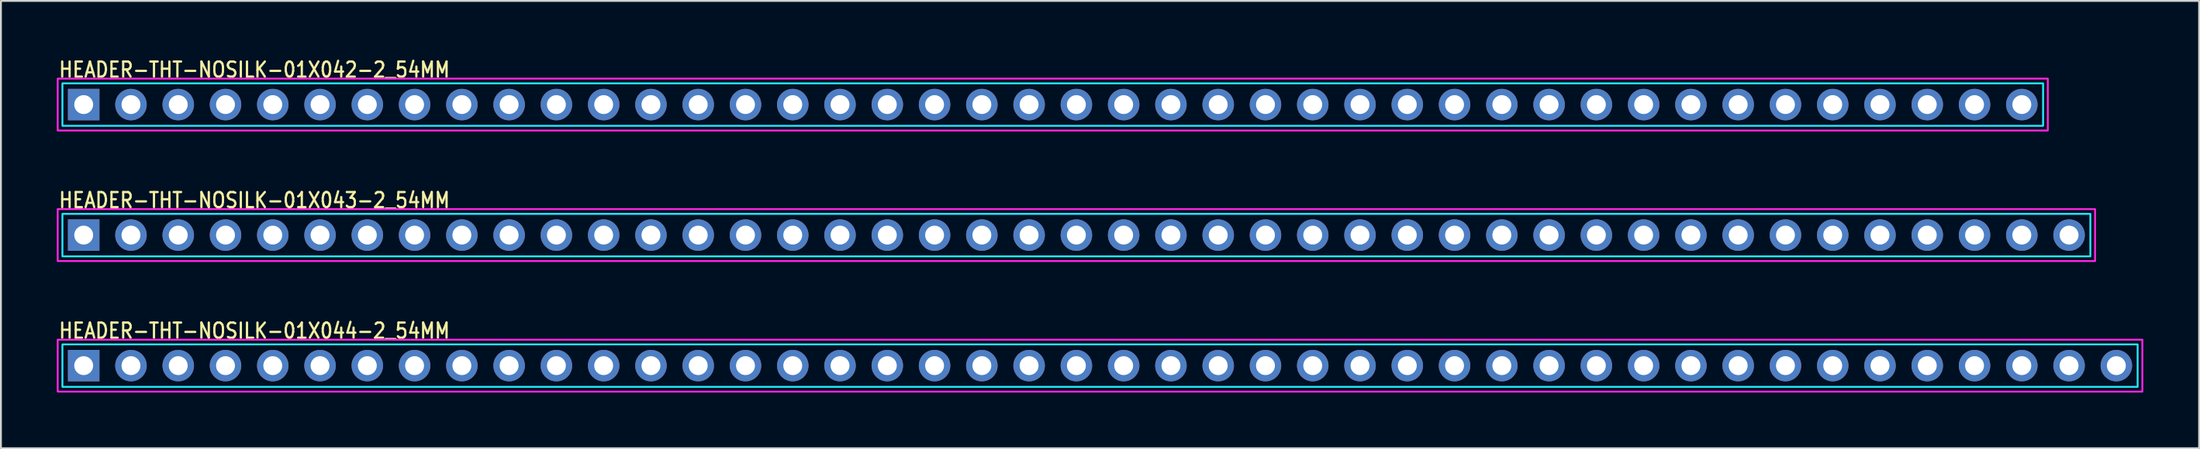
<source format=kicad_pcb>
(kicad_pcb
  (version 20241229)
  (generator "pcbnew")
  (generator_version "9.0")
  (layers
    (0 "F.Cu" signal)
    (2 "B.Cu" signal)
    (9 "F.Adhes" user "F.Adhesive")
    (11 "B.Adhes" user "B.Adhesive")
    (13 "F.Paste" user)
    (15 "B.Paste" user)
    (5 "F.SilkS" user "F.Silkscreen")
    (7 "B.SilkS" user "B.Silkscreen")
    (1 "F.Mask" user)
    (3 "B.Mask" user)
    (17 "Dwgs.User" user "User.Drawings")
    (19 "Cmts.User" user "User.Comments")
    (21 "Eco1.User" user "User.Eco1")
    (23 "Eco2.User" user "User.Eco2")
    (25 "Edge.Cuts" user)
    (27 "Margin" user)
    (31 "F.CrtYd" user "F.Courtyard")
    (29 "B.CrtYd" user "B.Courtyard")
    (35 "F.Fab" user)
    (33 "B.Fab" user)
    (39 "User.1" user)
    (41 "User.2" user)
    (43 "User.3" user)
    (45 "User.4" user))
  (footprint "HEADER-THT-NOSILK-01X042-2_54MM"
    (layer "F.Cu")
    (at 1.447 2.579)
    (property "Reference" "HEADER-THT-NOSILK-01X042-2_54MM" (at -1.4 -1.4 0) (unlocked yes) (layer "F.SilkS") (effects (font (size 0.813 0.695) (thickness 0.122)) (justify left bottom)))
    (fp_poly (pts (xy -1.143 -1.143) (xy 105.283 -1.143) (xy 105.283 1.143) (xy -1.143 1.143)) (stroke (width 0.1) (type solid)) (fill no) (layer "B.CrtYd"))
    (fp_poly (pts (xy -1.397 -1.397) (xy 105.537 -1.397) (xy 105.537 1.397) (xy -1.397 1.397)) (stroke (width 0.1) (type solid)) (fill no) (layer "F.CrtYd"))
    (pad "1" thru_hole rect (at 0 0) (size 1.693 1.693) (drill 1.016) (layers "*.Cu" "*.Mask"))
    (pad "2" thru_hole oval (at 2.54 0) (size 1.693 1.693) (drill 1.016) (layers "*.Cu" "*.Mask"))
    (pad "3" thru_hole oval (at 5.08 0) (size 1.693 1.693) (drill 1.016) (layers "*.Cu" "*.Mask"))
    (pad "4" thru_hole oval (at 7.62 0) (size 1.693 1.693) (drill 1.016) (layers "*.Cu" "*.Mask"))
    (pad "5" thru_hole oval (at 10.16 0) (size 1.693 1.693) (drill 1.016) (layers "*.Cu" "*.Mask"))
    (pad "6" thru_hole oval (at 12.7 0) (size 1.693 1.693) (drill 1.016) (layers "*.Cu" "*.Mask"))
    (pad "7" thru_hole oval (at 15.24 0) (size 1.693 1.693) (drill 1.016) (layers "*.Cu" "*.Mask"))
    (pad "8" thru_hole oval (at 17.78 0) (size 1.693 1.693) (drill 1.016) (layers "*.Cu" "*.Mask"))
    (pad "9" thru_hole oval (at 20.32 0) (size 1.693 1.693) (drill 1.016) (layers "*.Cu" "*.Mask"))
    (pad "10" thru_hole oval (at 22.86 0) (size 1.693 1.693) (drill 1.016) (layers "*.Cu" "*.Mask"))
    (pad "11" thru_hole oval (at 25.4 0) (size 1.693 1.693) (drill 1.016) (layers "*.Cu" "*.Mask"))
    (pad "12" thru_hole oval (at 27.94 0) (size 1.693 1.693) (drill 1.016) (layers "*.Cu" "*.Mask"))
    (pad "13" thru_hole oval (at 30.48 0) (size 1.693 1.693) (drill 1.016) (layers "*.Cu" "*.Mask"))
    (pad "14" thru_hole oval (at 33.02 0) (size 1.693 1.693) (drill 1.016) (layers "*.Cu" "*.Mask"))
    (pad "15" thru_hole oval (at 35.56 0) (size 1.693 1.693) (drill 1.016) (layers "*.Cu" "*.Mask"))
    (pad "16" thru_hole oval (at 38.1 0) (size 1.693 1.693) (drill 1.016) (layers "*.Cu" "*.Mask"))
    (pad "17" thru_hole oval (at 40.64 0) (size 1.693 1.693) (drill 1.016) (layers "*.Cu" "*.Mask"))
    (pad "18" thru_hole oval (at 43.18 0) (size 1.693 1.693) (drill 1.016) (layers "*.Cu" "*.Mask"))
    (pad "19" thru_hole oval (at 45.72 0) (size 1.693 1.693) (drill 1.016) (layers "*.Cu" "*.Mask"))
    (pad "20" thru_hole oval (at 48.26 0) (size 1.693 1.693) (drill 1.016) (layers "*.Cu" "*.Mask"))
    (pad "21" thru_hole oval (at 50.8 0) (size 1.693 1.693) (drill 1.016) (layers "*.Cu" "*.Mask"))
    (pad "22" thru_hole oval (at 53.34 0) (size 1.693 1.693) (drill 1.016) (layers "*.Cu" "*.Mask"))
    (pad "23" thru_hole oval (at 55.88 0) (size 1.693 1.693) (drill 1.016) (layers "*.Cu" "*.Mask"))
    (pad "24" thru_hole oval (at 58.42 0) (size 1.693 1.693) (drill 1.016) (layers "*.Cu" "*.Mask"))
    (pad "25" thru_hole oval (at 60.96 0) (size 1.693 1.693) (drill 1.016) (layers "*.Cu" "*.Mask"))
    (pad "26" thru_hole oval (at 63.5 0) (size 1.693 1.693) (drill 1.016) (layers "*.Cu" "*.Mask"))
    (pad "27" thru_hole oval (at 66.04 0) (size 1.693 1.693) (drill 1.016) (layers "*.Cu" "*.Mask"))
    (pad "28" thru_hole oval (at 68.58 0) (size 1.693 1.693) (drill 1.016) (layers "*.Cu" "*.Mask"))
    (pad "29" thru_hole oval (at 71.12 0) (size 1.693 1.693) (drill 1.016) (layers "*.Cu" "*.Mask"))
    (pad "30" thru_hole oval (at 73.66 0) (size 1.693 1.693) (drill 1.016) (layers "*.Cu" "*.Mask"))
    (pad "31" thru_hole oval (at 76.2 0) (size 1.693 1.693) (drill 1.016) (layers "*.Cu" "*.Mask"))
    (pad "32" thru_hole oval (at 78.74 0) (size 1.693 1.693) (drill 1.016) (layers "*.Cu" "*.Mask"))
    (pad "33" thru_hole oval (at 81.28 0) (size 1.693 1.693) (drill 1.016) (layers "*.Cu" "*.Mask"))
    (pad "34" thru_hole oval (at 83.82 0) (size 1.693 1.693) (drill 1.016) (layers "*.Cu" "*.Mask"))
    (pad "35" thru_hole oval (at 86.36 0) (size 1.693 1.693) (drill 1.016) (layers "*.Cu" "*.Mask"))
    (pad "36" thru_hole oval (at 88.9 0) (size 1.693 1.693) (drill 1.016) (layers "*.Cu" "*.Mask"))
    (pad "37" thru_hole oval (at 91.44 0) (size 1.693 1.693) (drill 1.016) (layers "*.Cu" "*.Mask"))
    (pad "38" thru_hole oval (at 93.98 0) (size 1.693 1.693) (drill 1.016) (layers "*.Cu" "*.Mask"))
    (pad "39" thru_hole oval (at 96.52 0) (size 1.693 1.693) (drill 1.016) (layers "*.Cu" "*.Mask"))
    (pad "40" thru_hole oval (at 99.06 0) (size 1.693 1.693) (drill 1.016) (layers "*.Cu" "*.Mask"))
    (pad "41" thru_hole oval (at 101.6 0) (size 1.693 1.693) (drill 1.016) (layers "*.Cu" "*.Mask"))
    (pad "42" thru_hole oval (at 104.14 0) (size 1.693 1.693) (drill 1.016) (layers "*.Cu" "*.Mask")))
  (footprint "HEADER-THT-NOSILK-01X043-2_54MM"
    (layer "F.Cu")
    (at 1.447 9.604)
    (property "Reference" "HEADER-THT-NOSILK-01X043-2_54MM" (at -1.4 -1.4 0) (unlocked yes) (layer "F.SilkS") (effects (font (size 0.813 0.695) (thickness 0.122)) (justify left bottom)))
    (fp_poly (pts (xy -1.143 -1.143) (xy 107.823 -1.143) (xy 107.823 1.143) (xy -1.143 1.143)) (stroke (width 0.1) (type solid)) (fill no) (layer "B.CrtYd"))
    (fp_poly (pts (xy -1.397 -1.397) (xy 108.077 -1.397) (xy 108.077 1.397) (xy -1.397 1.397)) (stroke (width 0.1) (type solid)) (fill no) (layer "F.CrtYd"))
    (pad "1" thru_hole rect (at 0 0) (size 1.693 1.693) (drill 1.016) (layers "*.Cu" "*.Mask"))
    (pad "2" thru_hole oval (at 2.54 0) (size 1.693 1.693) (drill 1.016) (layers "*.Cu" "*.Mask"))
    (pad "3" thru_hole oval (at 5.08 0) (size 1.693 1.693) (drill 1.016) (layers "*.Cu" "*.Mask"))
    (pad "4" thru_hole oval (at 7.62 0) (size 1.693 1.693) (drill 1.016) (layers "*.Cu" "*.Mask"))
    (pad "5" thru_hole oval (at 10.16 0) (size 1.693 1.693) (drill 1.016) (layers "*.Cu" "*.Mask"))
    (pad "6" thru_hole oval (at 12.7 0) (size 1.693 1.693) (drill 1.016) (layers "*.Cu" "*.Mask"))
    (pad "7" thru_hole oval (at 15.24 0) (size 1.693 1.693) (drill 1.016) (layers "*.Cu" "*.Mask"))
    (pad "8" thru_hole oval (at 17.78 0) (size 1.693 1.693) (drill 1.016) (layers "*.Cu" "*.Mask"))
    (pad "9" thru_hole oval (at 20.32 0) (size 1.693 1.693) (drill 1.016) (layers "*.Cu" "*.Mask"))
    (pad "10" thru_hole oval (at 22.86 0) (size 1.693 1.693) (drill 1.016) (layers "*.Cu" "*.Mask"))
    (pad "11" thru_hole oval (at 25.4 0) (size 1.693 1.693) (drill 1.016) (layers "*.Cu" "*.Mask"))
    (pad "12" thru_hole oval (at 27.94 0) (size 1.693 1.693) (drill 1.016) (layers "*.Cu" "*.Mask"))
    (pad "13" thru_hole oval (at 30.48 0) (size 1.693 1.693) (drill 1.016) (layers "*.Cu" "*.Mask"))
    (pad "14" thru_hole oval (at 33.02 0) (size 1.693 1.693) (drill 1.016) (layers "*.Cu" "*.Mask"))
    (pad "15" thru_hole oval (at 35.56 0) (size 1.693 1.693) (drill 1.016) (layers "*.Cu" "*.Mask"))
    (pad "16" thru_hole oval (at 38.1 0) (size 1.693 1.693) (drill 1.016) (layers "*.Cu" "*.Mask"))
    (pad "17" thru_hole oval (at 40.64 0) (size 1.693 1.693) (drill 1.016) (layers "*.Cu" "*.Mask"))
    (pad "18" thru_hole oval (at 43.18 0) (size 1.693 1.693) (drill 1.016) (layers "*.Cu" "*.Mask"))
    (pad "19" thru_hole oval (at 45.72 0) (size 1.693 1.693) (drill 1.016) (layers "*.Cu" "*.Mask"))
    (pad "20" thru_hole oval (at 48.26 0) (size 1.693 1.693) (drill 1.016) (layers "*.Cu" "*.Mask"))
    (pad "21" thru_hole oval (at 50.8 0) (size 1.693 1.693) (drill 1.016) (layers "*.Cu" "*.Mask"))
    (pad "22" thru_hole oval (at 53.34 0) (size 1.693 1.693) (drill 1.016) (layers "*.Cu" "*.Mask"))
    (pad "23" thru_hole oval (at 55.88 0) (size 1.693 1.693) (drill 1.016) (layers "*.Cu" "*.Mask"))
    (pad "24" thru_hole oval (at 58.42 0) (size 1.693 1.693) (drill 1.016) (layers "*.Cu" "*.Mask"))
    (pad "25" thru_hole oval (at 60.96 0) (size 1.693 1.693) (drill 1.016) (layers "*.Cu" "*.Mask"))
    (pad "26" thru_hole oval (at 63.5 0) (size 1.693 1.693) (drill 1.016) (layers "*.Cu" "*.Mask"))
    (pad "27" thru_hole oval (at 66.04 0) (size 1.693 1.693) (drill 1.016) (layers "*.Cu" "*.Mask"))
    (pad "28" thru_hole oval (at 68.58 0) (size 1.693 1.693) (drill 1.016) (layers "*.Cu" "*.Mask"))
    (pad "29" thru_hole oval (at 71.12 0) (size 1.693 1.693) (drill 1.016) (layers "*.Cu" "*.Mask"))
    (pad "30" thru_hole oval (at 73.66 0) (size 1.693 1.693) (drill 1.016) (layers "*.Cu" "*.Mask"))
    (pad "31" thru_hole oval (at 76.2 0) (size 1.693 1.693) (drill 1.016) (layers "*.Cu" "*.Mask"))
    (pad "32" thru_hole oval (at 78.74 0) (size 1.693 1.693) (drill 1.016) (layers "*.Cu" "*.Mask"))
    (pad "33" thru_hole oval (at 81.28 0) (size 1.693 1.693) (drill 1.016) (layers "*.Cu" "*.Mask"))
    (pad "34" thru_hole oval (at 83.82 0) (size 1.693 1.693) (drill 1.016) (layers "*.Cu" "*.Mask"))
    (pad "35" thru_hole oval (at 86.36 0) (size 1.693 1.693) (drill 1.016) (layers "*.Cu" "*.Mask"))
    (pad "36" thru_hole oval (at 88.9 0) (size 1.693 1.693) (drill 1.016) (layers "*.Cu" "*.Mask"))
    (pad "37" thru_hole oval (at 91.44 0) (size 1.693 1.693) (drill 1.016) (layers "*.Cu" "*.Mask"))
    (pad "38" thru_hole oval (at 93.98 0) (size 1.693 1.693) (drill 1.016) (layers "*.Cu" "*.Mask"))
    (pad "39" thru_hole oval (at 96.52 0) (size 1.693 1.693) (drill 1.016) (layers "*.Cu" "*.Mask"))
    (pad "40" thru_hole oval (at 99.06 0) (size 1.693 1.693) (drill 1.016) (layers "*.Cu" "*.Mask"))
    (pad "41" thru_hole oval (at 101.6 0) (size 1.693 1.693) (drill 1.016) (layers "*.Cu" "*.Mask"))
    (pad "42" thru_hole oval (at 104.14 0) (size 1.693 1.693) (drill 1.016) (layers "*.Cu" "*.Mask"))
    (pad "43" thru_hole oval (at 106.68 0) (size 1.693 1.693) (drill 1.016) (layers "*.Cu" "*.Mask")))
  (footprint "HEADER-THT-NOSILK-01X044-2_54MM"
    (layer "F.Cu")
    (at 1.447 16.63)
    (property "Reference" "HEADER-THT-NOSILK-01X044-2_54MM" (at -1.4 -1.4 0) (unlocked yes) (layer "F.SilkS") (effects (font (size 0.813 0.695) (thickness 0.122)) (justify left bottom)))
    (fp_poly (pts (xy -1.143 -1.143) (xy 110.363 -1.143) (xy 110.363 1.143) (xy -1.143 1.143)) (stroke (width 0.1) (type solid)) (fill no) (layer "B.CrtYd"))
    (fp_poly (pts (xy -1.397 -1.397) (xy 110.617 -1.397) (xy 110.617 1.397) (xy -1.397 1.397)) (stroke (width 0.1) (type solid)) (fill no) (layer "F.CrtYd"))
    (pad "1" thru_hole rect (at 0 0) (size 1.693 1.693) (drill 1.016) (layers "*.Cu" "*.Mask"))
    (pad "2" thru_hole oval (at 2.54 0) (size 1.693 1.693) (drill 1.016) (layers "*.Cu" "*.Mask"))
    (pad "3" thru_hole oval (at 5.08 0) (size 1.693 1.693) (drill 1.016) (layers "*.Cu" "*.Mask"))
    (pad "4" thru_hole oval (at 7.62 0) (size 1.693 1.693) (drill 1.016) (layers "*.Cu" "*.Mask"))
    (pad "5" thru_hole oval (at 10.16 0) (size 1.693 1.693) (drill 1.016) (layers "*.Cu" "*.Mask"))
    (pad "6" thru_hole oval (at 12.7 0) (size 1.693 1.693) (drill 1.016) (layers "*.Cu" "*.Mask"))
    (pad "7" thru_hole oval (at 15.24 0) (size 1.693 1.693) (drill 1.016) (layers "*.Cu" "*.Mask"))
    (pad "8" thru_hole oval (at 17.78 0) (size 1.693 1.693) (drill 1.016) (layers "*.Cu" "*.Mask"))
    (pad "9" thru_hole oval (at 20.32 0) (size 1.693 1.693) (drill 1.016) (layers "*.Cu" "*.Mask"))
    (pad "10" thru_hole oval (at 22.86 0) (size 1.693 1.693) (drill 1.016) (layers "*.Cu" "*.Mask"))
    (pad "11" thru_hole oval (at 25.4 0) (size 1.693 1.693) (drill 1.016) (layers "*.Cu" "*.Mask"))
    (pad "12" thru_hole oval (at 27.94 0) (size 1.693 1.693) (drill 1.016) (layers "*.Cu" "*.Mask"))
    (pad "13" thru_hole oval (at 30.48 0) (size 1.693 1.693) (drill 1.016) (layers "*.Cu" "*.Mask"))
    (pad "14" thru_hole oval (at 33.02 0) (size 1.693 1.693) (drill 1.016) (layers "*.Cu" "*.Mask"))
    (pad "15" thru_hole oval (at 35.56 0) (size 1.693 1.693) (drill 1.016) (layers "*.Cu" "*.Mask"))
    (pad "16" thru_hole oval (at 38.1 0) (size 1.693 1.693) (drill 1.016) (layers "*.Cu" "*.Mask"))
    (pad "17" thru_hole oval (at 40.64 0) (size 1.693 1.693) (drill 1.016) (layers "*.Cu" "*.Mask"))
    (pad "18" thru_hole oval (at 43.18 0) (size 1.693 1.693) (drill 1.016) (layers "*.Cu" "*.Mask"))
    (pad "19" thru_hole oval (at 45.72 0) (size 1.693 1.693) (drill 1.016) (layers "*.Cu" "*.Mask"))
    (pad "20" thru_hole oval (at 48.26 0) (size 1.693 1.693) (drill 1.016) (layers "*.Cu" "*.Mask"))
    (pad "21" thru_hole oval (at 50.8 0) (size 1.693 1.693) (drill 1.016) (layers "*.Cu" "*.Mask"))
    (pad "22" thru_hole oval (at 53.34 0) (size 1.693 1.693) (drill 1.016) (layers "*.Cu" "*.Mask"))
    (pad "23" thru_hole oval (at 55.88 0) (size 1.693 1.693) (drill 1.016) (layers "*.Cu" "*.Mask"))
    (pad "24" thru_hole oval (at 58.42 0) (size 1.693 1.693) (drill 1.016) (layers "*.Cu" "*.Mask"))
    (pad "25" thru_hole oval (at 60.96 0) (size 1.693 1.693) (drill 1.016) (layers "*.Cu" "*.Mask"))
    (pad "26" thru_hole oval (at 63.5 0) (size 1.693 1.693) (drill 1.016) (layers "*.Cu" "*.Mask"))
    (pad "27" thru_hole oval (at 66.04 0) (size 1.693 1.693) (drill 1.016) (layers "*.Cu" "*.Mask"))
    (pad "28" thru_hole oval (at 68.58 0) (size 1.693 1.693) (drill 1.016) (layers "*.Cu" "*.Mask"))
    (pad "29" thru_hole oval (at 71.12 0) (size 1.693 1.693) (drill 1.016) (layers "*.Cu" "*.Mask"))
    (pad "30" thru_hole oval (at 73.66 0) (size 1.693 1.693) (drill 1.016) (layers "*.Cu" "*.Mask"))
    (pad "31" thru_hole oval (at 76.2 0) (size 1.693 1.693) (drill 1.016) (layers "*.Cu" "*.Mask"))
    (pad "32" thru_hole oval (at 78.74 0) (size 1.693 1.693) (drill 1.016) (layers "*.Cu" "*.Mask"))
    (pad "33" thru_hole oval (at 81.28 0) (size 1.693 1.693) (drill 1.016) (layers "*.Cu" "*.Mask"))
    (pad "34" thru_hole oval (at 83.82 0) (size 1.693 1.693) (drill 1.016) (layers "*.Cu" "*.Mask"))
    (pad "35" thru_hole oval (at 86.36 0) (size 1.693 1.693) (drill 1.016) (layers "*.Cu" "*.Mask"))
    (pad "36" thru_hole oval (at 88.9 0) (size 1.693 1.693) (drill 1.016) (layers "*.Cu" "*.Mask"))
    (pad "37" thru_hole oval (at 91.44 0) (size 1.693 1.693) (drill 1.016) (layers "*.Cu" "*.Mask"))
    (pad "38" thru_hole oval (at 93.98 0) (size 1.693 1.693) (drill 1.016) (layers "*.Cu" "*.Mask"))
    (pad "39" thru_hole oval (at 96.52 0) (size 1.693 1.693) (drill 1.016) (layers "*.Cu" "*.Mask"))
    (pad "40" thru_hole oval (at 99.06 0) (size 1.693 1.693) (drill 1.016) (layers "*.Cu" "*.Mask"))
    (pad "41" thru_hole oval (at 101.6 0) (size 1.693 1.693) (drill 1.016) (layers "*.Cu" "*.Mask"))
    (pad "42" thru_hole oval (at 104.14 0) (size 1.693 1.693) (drill 1.016) (layers "*.Cu" "*.Mask"))
    (pad "43" thru_hole oval (at 106.68 0) (size 1.693 1.693) (drill 1.016) (layers "*.Cu" "*.Mask"))
    (pad "44" thru_hole oval (at 109.22 0) (size 1.693 1.693) (drill 1.016) (layers "*.Cu" "*.Mask")))
  (gr_rect
    (start -3 -3)
    (end 115.114 21.077)
    (stroke (width 0.1) (type default))
    (fill no)
    (layer "Edge.Cuts")))
</source>
